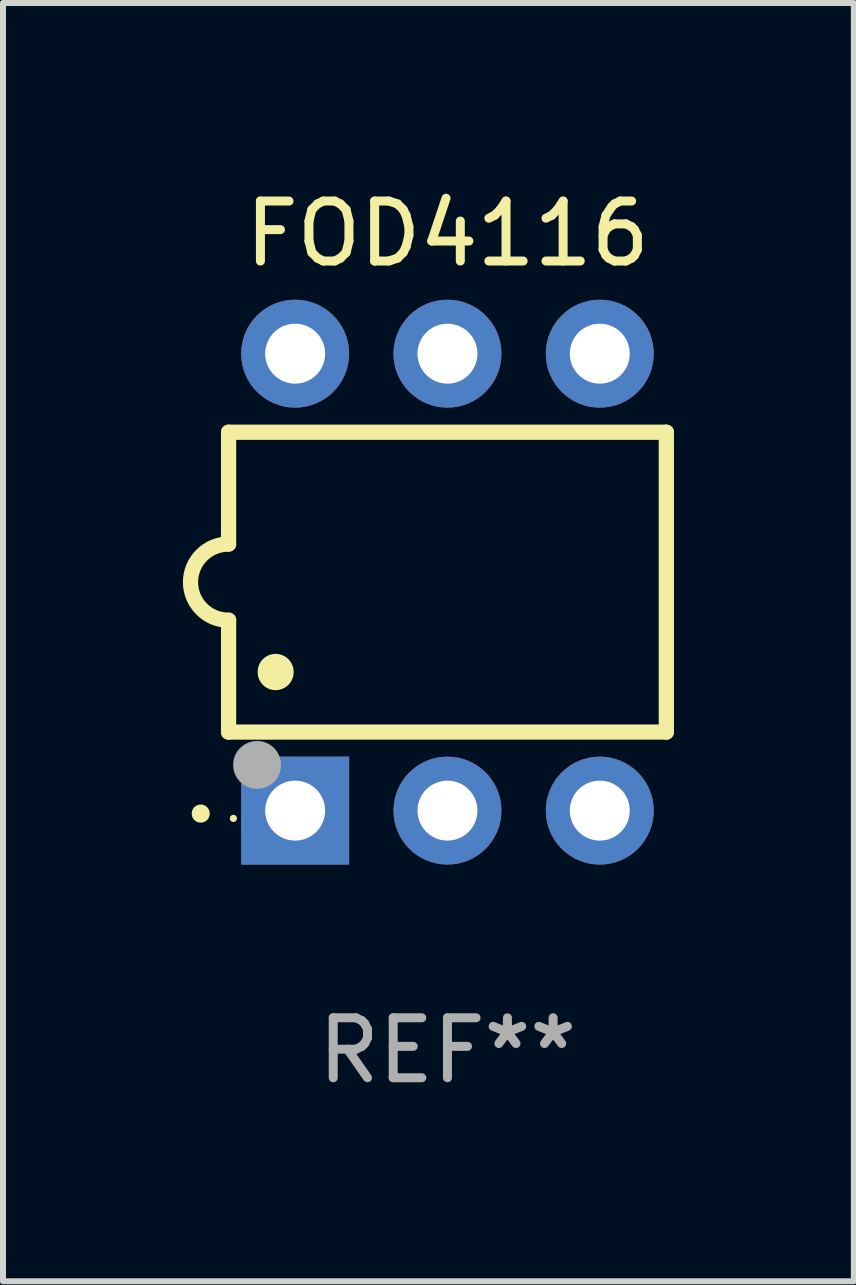
<source format=kicad_pcb>
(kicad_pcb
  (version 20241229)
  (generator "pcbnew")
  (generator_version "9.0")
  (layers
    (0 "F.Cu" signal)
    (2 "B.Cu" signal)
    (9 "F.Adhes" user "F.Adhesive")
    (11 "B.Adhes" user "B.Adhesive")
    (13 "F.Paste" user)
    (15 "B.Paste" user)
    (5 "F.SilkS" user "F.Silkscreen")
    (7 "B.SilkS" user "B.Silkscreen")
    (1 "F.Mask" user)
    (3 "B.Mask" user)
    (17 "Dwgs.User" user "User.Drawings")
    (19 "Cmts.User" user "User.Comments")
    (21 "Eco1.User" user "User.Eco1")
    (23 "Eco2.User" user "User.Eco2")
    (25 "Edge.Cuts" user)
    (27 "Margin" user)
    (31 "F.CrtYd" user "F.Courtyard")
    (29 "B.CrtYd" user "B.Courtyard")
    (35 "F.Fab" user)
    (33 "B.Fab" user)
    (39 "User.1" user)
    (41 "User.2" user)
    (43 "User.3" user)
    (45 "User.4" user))
  (footprint "FOD4116"
    (layer "F.Cu")
    (at 4.412 6.658)
    (property "Reference" "FOD4116" (at 0 -5.81 0) (layer "F.SilkS") (effects (font (size 1 1) (thickness 0.15))))
    (attr through_hole)
    (fp_line (start -3.65 -2.5) (end 3.65 -2.5) (stroke (width 0.254) (type solid)) (layer "F.SilkS"))
    (fp_line (start -3.65 -0.635) (end -3.65 -2.5) (stroke (width 0.254) (type solid)) (layer "F.SilkS"))
    (fp_line (start -3.65 0.635) (end -3.65 2.5) (stroke (width 0.254) (type solid)) (layer "F.SilkS"))
    (fp_line (start -3.65 2.5) (end 3.65 2.5) (stroke (width 0.254) (type solid)) (layer "F.SilkS"))
    (fp_line (start 3.65 -2.5) (end 3.65 2.5) (stroke (width 0.254) (type solid)) (layer "F.SilkS"))
    (fp_arc (start -4.114808 3.860808) (mid -4.114813 3.859538) (end -4.114808 3.858268) (stroke (width 0.3) (type solid)) (layer "F.SilkS"))
    (fp_arc (start -3.650013 0.635001) (mid -4.285014 0) (end -3.650013 -0.635001) (stroke (width 0.254001) (type solid)) (layer "F.SilkS"))
    (fp_arc (start -2.865405 1.501143) (mid -2.865416 1.498603) (end -2.865405 1.496063) (stroke (width 0.6) (type solid)) (layer "F.SilkS"))
    (fp_circle (center -3.57 3.94) (end -3.54 3.94) (stroke (width 0.06) (type solid)) (fill no) (layer "F.SilkS"))
    (fp_circle (center -3.175 3.048) (end -2.975 3.048) (stroke (width 0.4) (type solid)) (fill no) (layer "F.Fab"))
    (fp_text user "REF**" (at 0 7.81 0) (layer "F.Fab") (effects (font (size 1 1) (thickness 0.15))))
    (pad "1" thru_hole rect (at -2.54 3.81 90) (size 1.8 1.8) (drill 1) (layers "*.Cu" "*.Mask"))
    (pad "2" thru_hole circle (at 0 3.81) (size 1.8 1.8) (drill 1) (layers "*.Cu" "*.Mask"))
    (pad "3" thru_hole circle (at 2.54 3.81) (size 1.8 1.8) (drill 1) (layers "*.Cu" "*.Mask"))
    (pad "4" thru_hole circle (at 2.54 -3.81) (size 1.8 1.8) (drill 1) (layers "*.Cu" "*.Mask"))
    (pad "5" thru_hole circle (at 0 -3.81) (size 1.8 1.8) (drill 1) (layers "*.Cu" "*.Mask"))
    (pad "6" thru_hole circle (at -2.54 -3.81) (size 1.8 1.8) (drill 1) (layers "*.Cu" "*.Mask")))
  (gr_rect
    (start -3 -3)
    (end 11.189 18.317)
    (stroke (width 0.1) (type default))
    (fill no)
    (layer "Edge.Cuts")))
</source>
